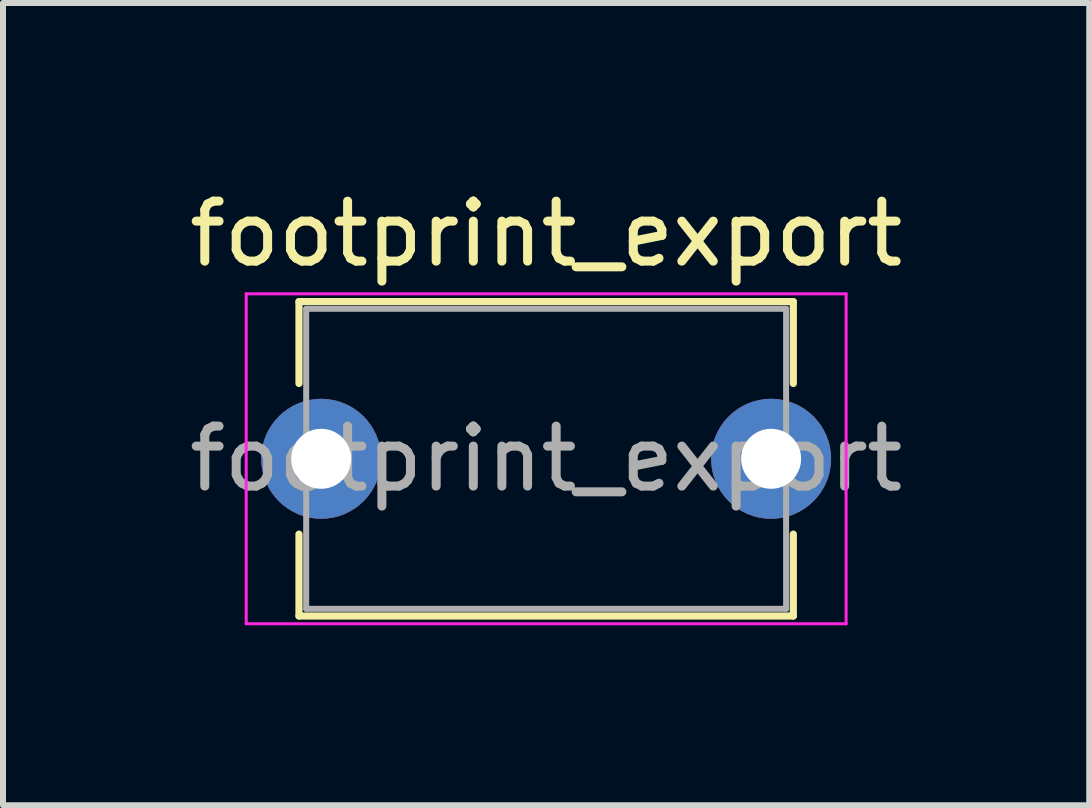
<source format=kicad_pcb>
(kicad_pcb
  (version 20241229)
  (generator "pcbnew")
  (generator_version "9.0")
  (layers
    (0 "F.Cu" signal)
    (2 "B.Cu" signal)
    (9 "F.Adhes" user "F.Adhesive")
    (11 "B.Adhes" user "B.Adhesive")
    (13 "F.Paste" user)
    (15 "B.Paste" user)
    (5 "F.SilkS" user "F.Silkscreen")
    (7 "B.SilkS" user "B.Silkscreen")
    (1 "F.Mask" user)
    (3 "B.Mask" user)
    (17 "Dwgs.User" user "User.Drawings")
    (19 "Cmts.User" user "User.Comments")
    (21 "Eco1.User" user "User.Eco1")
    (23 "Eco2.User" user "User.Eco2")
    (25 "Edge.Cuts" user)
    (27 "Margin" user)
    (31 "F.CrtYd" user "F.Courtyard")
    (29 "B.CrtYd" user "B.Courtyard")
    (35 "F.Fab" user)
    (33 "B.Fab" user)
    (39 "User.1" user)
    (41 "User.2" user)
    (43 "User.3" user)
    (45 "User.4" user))
  (footprint "footprint_export"
    (layer "F.Cu")
    (at 2.304 4.598)
    (property "Reference" "footprint_export" (at 3.75 -3.75 0) (layer "F.SilkS") (effects (font (size 1 1) (thickness 0.15))))
    (attr through_hole)
    (fp_line (start -0.37 -2.62) (end -0.37 -1.256) (stroke (width 0.12) (type solid)) (layer "F.SilkS"))
    (fp_line (start -0.37 -2.62) (end 7.87 -2.62) (stroke (width 0.12) (type solid)) (layer "F.SilkS"))
    (fp_line (start -0.37 1.256) (end -0.37 2.62) (stroke (width 0.12) (type solid)) (layer "F.SilkS"))
    (fp_line (start -0.37 2.62) (end 7.87 2.62) (stroke (width 0.12) (type solid)) (layer "F.SilkS"))
    (fp_line (start 7.87 -2.62) (end 7.87 -1.256) (stroke (width 0.12) (type solid)) (layer "F.SilkS"))
    (fp_line (start 7.87 1.256) (end 7.87 2.62) (stroke (width 0.12) (type solid)) (layer "F.SilkS"))
    (fp_line (start -1.25 -2.75) (end -1.25 2.75) (stroke (width 0.05) (type solid)) (layer "F.CrtYd"))
    (fp_line (start -1.25 2.75) (end 8.75 2.75) (stroke (width 0.05) (type solid)) (layer "F.CrtYd"))
    (fp_line (start 8.75 -2.75) (end -1.25 -2.75) (stroke (width 0.05) (type solid)) (layer "F.CrtYd"))
    (fp_line (start 8.75 2.75) (end 8.75 -2.75) (stroke (width 0.05) (type solid)) (layer "F.CrtYd"))
    (fp_line (start -0.25 -2.5) (end -0.25 2.5) (stroke (width 0.1) (type solid)) (layer "F.Fab"))
    (fp_line (start -0.25 2.5) (end 7.75 2.5) (stroke (width 0.1) (type solid)) (layer "F.Fab"))
    (fp_line (start 7.75 -2.5) (end -0.25 -2.5) (stroke (width 0.1) (type solid)) (layer "F.Fab"))
    (fp_line (start 7.75 2.5) (end 7.75 -2.5) (stroke (width 0.1) (type solid)) (layer "F.Fab"))
    (fp_text user "${REFERENCE}" (at 3.75 0 0) (layer "F.Fab") (effects (font (size 1 1) (thickness 0.15))))
    (pad "1" thru_hole circle (at 0 0) (size 2 2) (drill 1) (layers "*.Cu" "*.Mask"))
    (pad "2" thru_hole circle (at 7.5 0) (size 2 2) (drill 1) (layers "*.Cu" "*.Mask")))
  (gr_rect
    (start -3 -3)
    (end 15.107 10.373)
    (stroke (width 0.1) (type default))
    (fill no)
    (layer "Edge.Cuts")))
</source>
